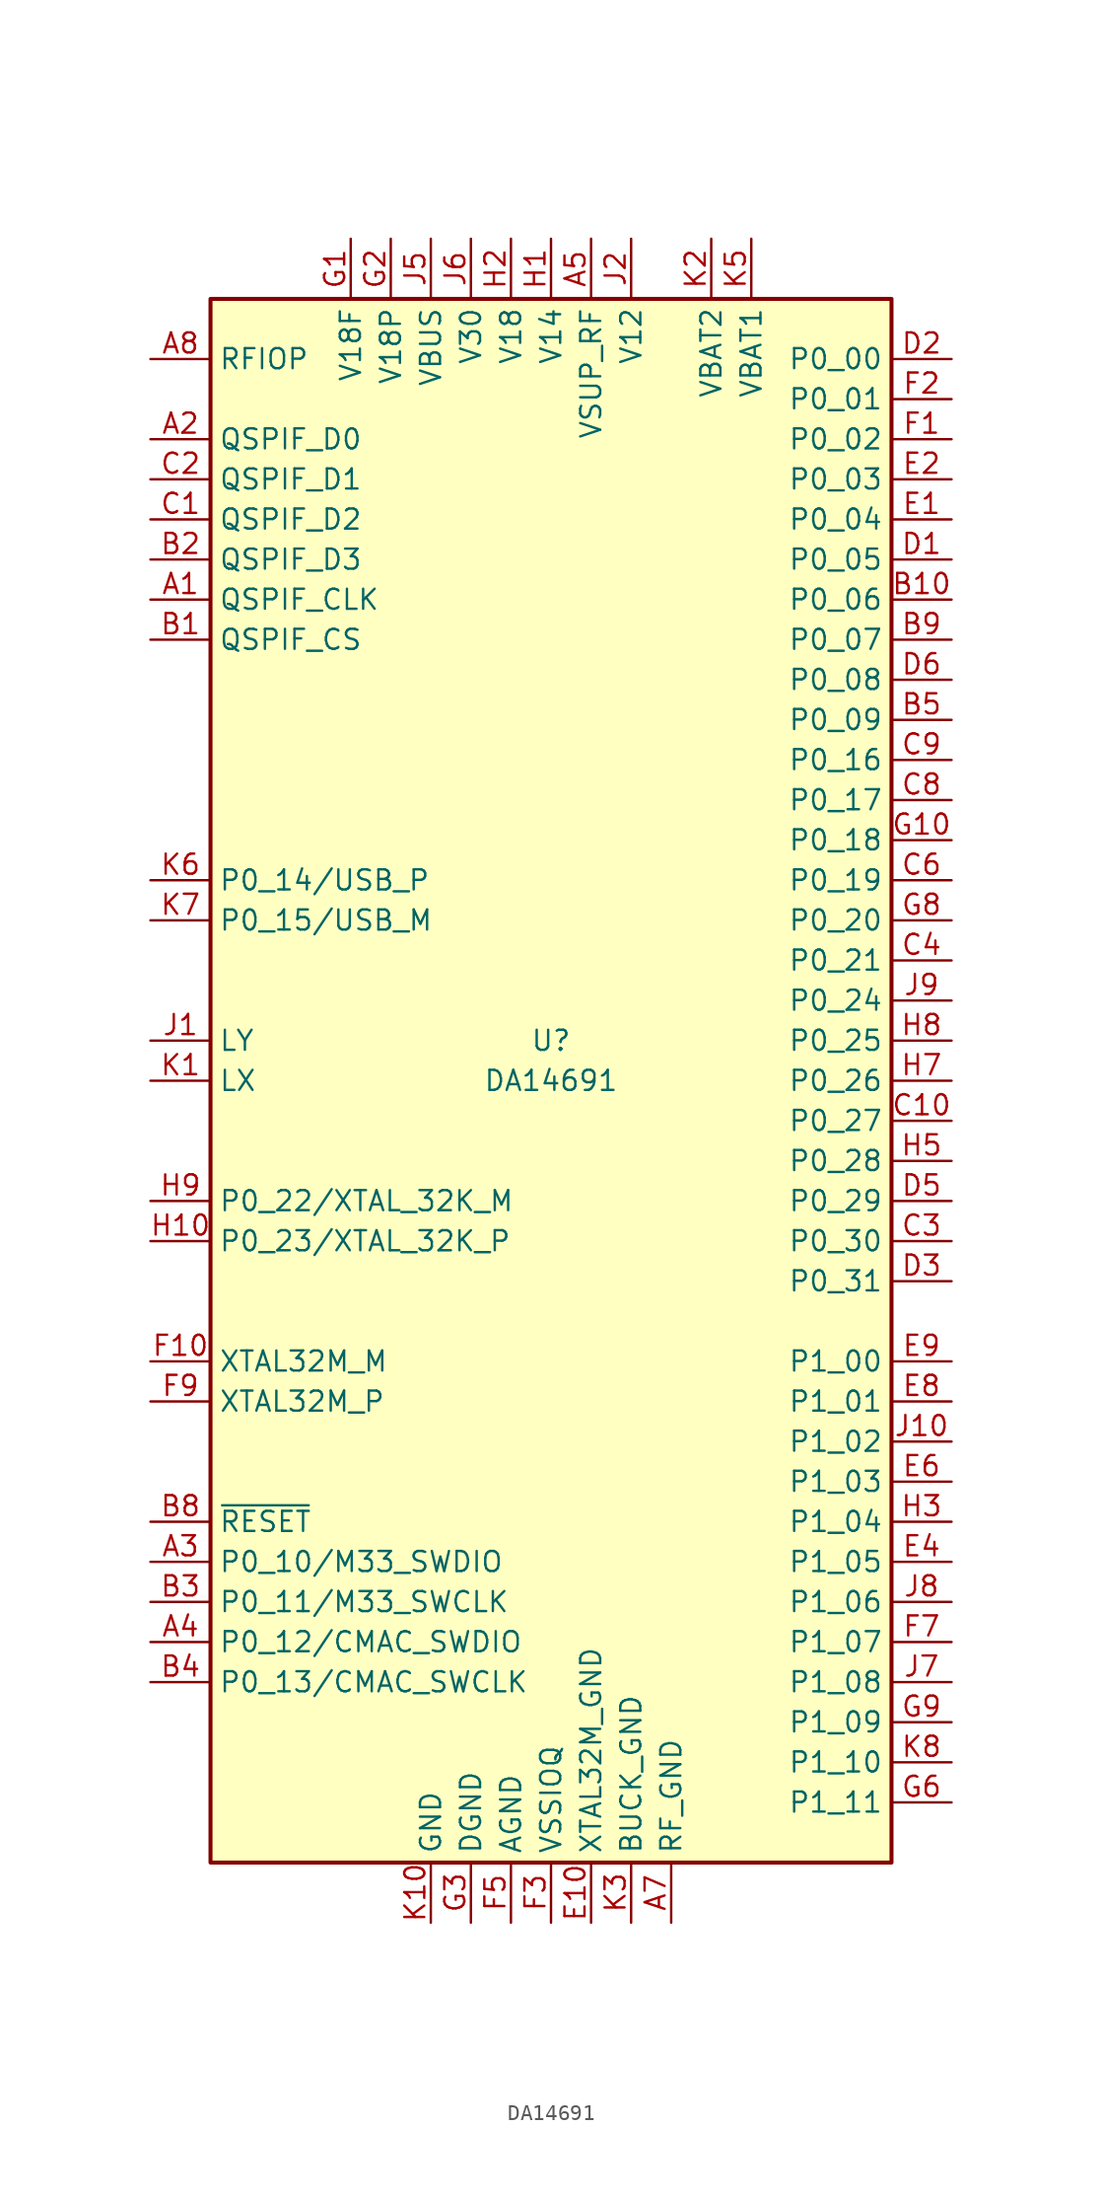
<source format=kicad_sym>
(kicad_symbol_lib
  (version 20201005)
  (generator kicad_symbol_editor)
  (symbol "MCU_Dialog:DA14691"
    (property "Reference" "U"
      (at 0 2.54 0)
      (effects (font (size 1.27 1.27))))
    (property "Value" "DA14691"
      (at 0 0 0)
      (effects (font (size 1.27 1.27))))
    (symbol "DA14691_1_1"
      (rectangle (start -21.59 49.53) (end 21.59 -49.53) (stroke (width 0.254)) (fill (type background)))
      (pin output line (at -25.4 30.48 0) (length 3.81) (name "QSPIF_CLK" (effects (font (size 1.27 1.27)))) (number "A1" (effects (font (size 1.27 1.27)))))
      (pin passive line (at 7.62 -53.34 90) (length 3.81) hide (name "RF_GND" (effects (font (size 1.27 1.27)))) (number "A10" (effects (font (size 1.27 1.27)))))
      (pin bidirectional line (at -25.4 40.64 0) (length 3.81) (name "QSPIF_D0" (effects (font (size 1.27 1.27)))) (number "A2" (effects (font (size 1.27 1.27)))))
      (pin bidirectional line (at -25.4 -30.48 0) (length 3.81) (name "P0_10/M33_SWDIO" (effects (font (size 1.27 1.27)))) (number "A3" (effects (font (size 1.27 1.27)))))
      (pin bidirectional line (at -25.4 -35.56 0) (length 3.81) (name "P0_12/CMAC_SWDIO" (effects (font (size 1.27 1.27)))) (number "A4" (effects (font (size 1.27 1.27)))))
      (pin power_in line (at 2.54 53.34 270) (length 3.81) (name "VSUP_RF" (effects (font (size 1.27 1.27)))) (number "A5" (effects (font (size 1.27 1.27)))))
      (pin passive line (at 7.62 -53.34 90) (length 3.81) hide (name "RF_GND" (effects (font (size 1.27 1.27)))) (number "A6" (effects (font (size 1.27 1.27)))))
      (pin power_in line (at 7.62 -53.34 90) (length 3.81) (name "RF_GND" (effects (font (size 1.27 1.27)))) (number "A7" (effects (font (size 1.27 1.27)))))
      (pin bidirectional line (at -25.4 45.72 0) (length 3.81) (name "RFIOP" (effects (font (size 1.27 1.27)))) (number "A8" (effects (font (size 1.27 1.27)))))
      (pin passive line (at 7.62 -53.34 90) (length 3.81) hide (name "RF_GND" (effects (font (size 1.27 1.27)))) (number "A9" (effects (font (size 1.27 1.27)))))
      (pin output line (at -25.4 27.94 0) (length 3.81) (name "QSPIF_CS" (effects (font (size 1.27 1.27)))) (number "B1" (effects (font (size 1.27 1.27)))))
      (pin bidirectional line (at 25.4 30.48 180) (length 3.81) (name "P0_06" (effects (font (size 1.27 1.27)))) (number "B10" (effects (font (size 1.27 1.27)))))
      (pin bidirectional line (at -25.4 33.02 0) (length 3.81) (name "QSPIF_D3" (effects (font (size 1.27 1.27)))) (number "B2" (effects (font (size 1.27 1.27)))))
      (pin bidirectional line (at -25.4 -33.02 0) (length 3.81) (name "P0_11/M33_SWCLK" (effects (font (size 1.27 1.27)))) (number "B3" (effects (font (size 1.27 1.27)))))
      (pin bidirectional line (at -25.4 -38.1 0) (length 3.81) (name "P0_13/CMAC_SWCLK" (effects (font (size 1.27 1.27)))) (number "B4" (effects (font (size 1.27 1.27)))))
      (pin bidirectional line (at 25.4 22.86 180) (length 3.81) (name "P0_09" (effects (font (size 1.27 1.27)))) (number "B5" (effects (font (size 1.27 1.27)))))
      (pin passive line (at 7.62 -53.34 90) (length 3.81) hide (name "RF_GND" (effects (font (size 1.27 1.27)))) (number "B7" (effects (font (size 1.27 1.27)))))
      (pin input line (at -25.4 -27.94 0) (length 3.81) (name "~RESET" (effects (font (size 1.27 1.27)))) (number "B8" (effects (font (size 1.27 1.27)))))
      (pin bidirectional line (at 25.4 27.94 180) (length 3.81) (name "P0_07" (effects (font (size 1.27 1.27)))) (number "B9" (effects (font (size 1.27 1.27)))))
      (pin bidirectional line (at -25.4 35.56 0) (length 3.81) (name "QSPIF_D2" (effects (font (size 1.27 1.27)))) (number "C1" (effects (font (size 1.27 1.27)))))
      (pin bidirectional line (at 25.4 -2.54 180) (length 3.81) (name "P0_27" (effects (font (size 1.27 1.27)))) (number "C10" (effects (font (size 1.27 1.27)))))
      (pin bidirectional line (at -25.4 38.1 0) (length 3.81) (name "QSPIF_D1" (effects (font (size 1.27 1.27)))) (number "C2" (effects (font (size 1.27 1.27)))))
      (pin bidirectional line (at 25.4 -10.16 180) (length 3.81) (name "P0_30" (effects (font (size 1.27 1.27)))) (number "C3" (effects (font (size 1.27 1.27)))))
      (pin bidirectional line (at 25.4 7.62 180) (length 3.81) (name "P0_21" (effects (font (size 1.27 1.27)))) (number "C4" (effects (font (size 1.27 1.27)))))
      (pin bidirectional line (at 25.4 12.7 180) (length 3.81) (name "P0_19" (effects (font (size 1.27 1.27)))) (number "C6" (effects (font (size 1.27 1.27)))))
      (pin bidirectional line (at 25.4 17.78 180) (length 3.81) (name "P0_17" (effects (font (size 1.27 1.27)))) (number "C8" (effects (font (size 1.27 1.27)))))
      (pin bidirectional line (at 25.4 20.32 180) (length 3.81) (name "P0_16" (effects (font (size 1.27 1.27)))) (number "C9" (effects (font (size 1.27 1.27)))))
      (pin bidirectional line (at 25.4 33.02 180) (length 3.81) (name "P0_05" (effects (font (size 1.27 1.27)))) (number "D1" (effects (font (size 1.27 1.27)))))
      (pin passive line (at 7.62 -53.34 90) (length 3.81) hide (name "RF_GND" (effects (font (size 1.27 1.27)))) (number "D10" (effects (font (size 1.27 1.27)))))
      (pin bidirectional line (at 25.4 45.72 180) (length 3.81) (name "P0_00" (effects (font (size 1.27 1.27)))) (number "D2" (effects (font (size 1.27 1.27)))))
      (pin bidirectional line (at 25.4 -12.7 180) (length 3.81) (name "P0_31" (effects (font (size 1.27 1.27)))) (number "D3" (effects (font (size 1.27 1.27)))))
      (pin bidirectional line (at 25.4 -7.62 180) (length 3.81) (name "P0_29" (effects (font (size 1.27 1.27)))) (number "D5" (effects (font (size 1.27 1.27)))))
      (pin bidirectional line (at 25.4 25.4 180) (length 3.81) (name "P0_08" (effects (font (size 1.27 1.27)))) (number "D6" (effects (font (size 1.27 1.27)))))
      (pin passive line (at 7.62 -53.34 90) (length 3.81) hide (name "RF_GND" (effects (font (size 1.27 1.27)))) (number "D9" (effects (font (size 1.27 1.27)))))
      (pin bidirectional line (at 25.4 35.56 180) (length 3.81) (name "P0_04" (effects (font (size 1.27 1.27)))) (number "E1" (effects (font (size 1.27 1.27)))))
      (pin passive line (at 2.54 -53.34 90) (length 3.81) (name "XTAL32M_GND" (effects (font (size 1.27 1.27)))) (number "E10" (effects (font (size 1.27 1.27)))))
      (pin bidirectional line (at 25.4 38.1 180) (length 3.81) (name "P0_03" (effects (font (size 1.27 1.27)))) (number "E2" (effects (font (size 1.27 1.27)))))
      (pin bidirectional line (at 25.4 -30.48 180) (length 3.81) (name "P1_05" (effects (font (size 1.27 1.27)))) (number "E4" (effects (font (size 1.27 1.27)))))
      (pin bidirectional line (at 25.4 -25.4 180) (length 3.81) (name "P1_03" (effects (font (size 1.27 1.27)))) (number "E6" (effects (font (size 1.27 1.27)))))
      (pin bidirectional line (at 25.4 -20.32 180) (length 3.81) (name "P1_01" (effects (font (size 1.27 1.27)))) (number "E8" (effects (font (size 1.27 1.27)))))
      (pin bidirectional line (at 25.4 -17.78 180) (length 3.81) (name "P1_00" (effects (font (size 1.27 1.27)))) (number "E9" (effects (font (size 1.27 1.27)))))
      (pin bidirectional line (at 25.4 40.64 180) (length 3.81) (name "P0_02" (effects (font (size 1.27 1.27)))) (number "F1" (effects (font (size 1.27 1.27)))))
      (pin output line (at -25.4 -17.78 0) (length 3.81) (name "XTAL32M_M" (effects (font (size 1.27 1.27)))) (number "F10" (effects (font (size 1.27 1.27)))))
      (pin bidirectional line (at 25.4 43.18 180) (length 3.81) (name "P0_01" (effects (font (size 1.27 1.27)))) (number "F2" (effects (font (size 1.27 1.27)))))
      (pin power_in line (at 0 -53.34 90) (length 3.81) (name "VSSIOQ" (effects (font (size 1.27 1.27)))) (number "F3" (effects (font (size 1.27 1.27)))))
      (pin passive line (at -5.08 -53.34 90) (length 3.81) hide (name "DGND" (effects (font (size 1.27 1.27)))) (number "F4" (effects (font (size 1.27 1.27)))))
      (pin power_in line (at -2.54 -53.34 90) (length 3.81) (name "AGND" (effects (font (size 1.27 1.27)))) (number "F5" (effects (font (size 1.27 1.27)))))
      (pin bidirectional line (at 25.4 -35.56 180) (length 3.81) (name "P1_07" (effects (font (size 1.27 1.27)))) (number "F7" (effects (font (size 1.27 1.27)))))
      (pin input line (at -25.4 -20.32 0) (length 3.81) (name "XTAL32M_P" (effects (font (size 1.27 1.27)))) (number "F9" (effects (font (size 1.27 1.27)))))
      (pin power_out line (at -12.7 53.34 270) (length 3.81) (name "V18F" (effects (font (size 1.27 1.27)))) (number "G1" (effects (font (size 1.27 1.27)))))
      (pin bidirectional line (at 25.4 15.24 180) (length 3.81) (name "P0_18" (effects (font (size 1.27 1.27)))) (number "G10" (effects (font (size 1.27 1.27)))))
      (pin power_out line (at -10.16 53.34 270) (length 3.81) (name "V18P" (effects (font (size 1.27 1.27)))) (number "G2" (effects (font (size 1.27 1.27)))))
      (pin power_in line (at -5.08 -53.34 90) (length 3.81) (name "DGND" (effects (font (size 1.27 1.27)))) (number "G3" (effects (font (size 1.27 1.27)))))
      (pin passive line (at -5.08 -53.34 90) (length 3.81) hide (name "DGND" (effects (font (size 1.27 1.27)))) (number "G4" (effects (font (size 1.27 1.27)))))
      (pin passive line (at -2.54 -53.34 90) (length 3.81) hide (name "AGND" (effects (font (size 1.27 1.27)))) (number "G5" (effects (font (size 1.27 1.27)))))
      (pin bidirectional line (at 25.4 -45.72 180) (length 3.81) (name "P1_11" (effects (font (size 1.27 1.27)))) (number "G6" (effects (font (size 1.27 1.27)))))
      (pin bidirectional line (at 25.4 10.16 180) (length 3.81) (name "P0_20" (effects (font (size 1.27 1.27)))) (number "G8" (effects (font (size 1.27 1.27)))))
      (pin bidirectional line (at 25.4 -40.64 180) (length 3.81) (name "P1_09" (effects (font (size 1.27 1.27)))) (number "G9" (effects (font (size 1.27 1.27)))))
      (pin power_out line (at 0 53.34 270) (length 3.81) (name "V14" (effects (font (size 1.27 1.27)))) (number "H1" (effects (font (size 1.27 1.27)))))
      (pin bidirectional line (at -25.4 -10.16 0) (length 3.81) (name "P0_23/XTAL_32K_P" (effects (font (size 1.27 1.27)))) (number "H10" (effects (font (size 1.27 1.27)))))
      (pin power_out line (at -2.54 53.34 270) (length 3.81) (name "V18" (effects (font (size 1.27 1.27)))) (number "H2" (effects (font (size 1.27 1.27)))))
      (pin bidirectional line (at 25.4 -27.94 180) (length 3.81) (name "P1_04" (effects (font (size 1.27 1.27)))) (number "H3" (effects (font (size 1.27 1.27)))))
      (pin bidirectional line (at 25.4 -5.08 180) (length 3.81) (name "P0_28" (effects (font (size 1.27 1.27)))) (number "H5" (effects (font (size 1.27 1.27)))))
      (pin bidirectional line (at 25.4 0 180) (length 3.81) (name "P0_26" (effects (font (size 1.27 1.27)))) (number "H7" (effects (font (size 1.27 1.27)))))
      (pin bidirectional line (at 25.4 2.54 180) (length 3.81) (name "P0_25" (effects (font (size 1.27 1.27)))) (number "H8" (effects (font (size 1.27 1.27)))))
      (pin bidirectional line (at -25.4 -7.62 0) (length 3.81) (name "P0_22/XTAL_32K_M" (effects (font (size 1.27 1.27)))) (number "H9" (effects (font (size 1.27 1.27)))))
      (pin passive line (at -25.4 2.54 0) (length 3.81) (name "LY" (effects (font (size 1.27 1.27)))) (number "J1" (effects (font (size 1.27 1.27)))))
      (pin bidirectional line (at 25.4 -22.86 180) (length 3.81) (name "P1_02" (effects (font (size 1.27 1.27)))) (number "J10" (effects (font (size 1.27 1.27)))))
      (pin power_out line (at 5.08 53.34 270) (length 3.81) (name "V12" (effects (font (size 1.27 1.27)))) (number "J2" (effects (font (size 1.27 1.27)))))
      (pin passive line (at -7.62 -53.34 90) (length 3.81) hide (name "GND" (effects (font (size 1.27 1.27)))) (number "J3" (effects (font (size 1.27 1.27)))))
      (pin no_connect line (at -20.32 -45.72 0) (length 3.81) hide (name "NC" (effects (font (size 1.27 1.27)))) (number "J4" (effects (font (size 1.27 1.27)))))
      (pin power_in line (at -7.62 53.34 270) (length 3.81) (name "VBUS" (effects (font (size 1.27 1.27)))) (number "J5" (effects (font (size 1.27 1.27)))))
      (pin power_out line (at -5.08 53.34 270) (length 3.81) (name "V30" (effects (font (size 1.27 1.27)))) (number "J6" (effects (font (size 1.27 1.27)))))
      (pin bidirectional line (at 25.4 -38.1 180) (length 3.81) (name "P1_08" (effects (font (size 1.27 1.27)))) (number "J7" (effects (font (size 1.27 1.27)))))
      (pin bidirectional line (at 25.4 -33.02 180) (length 3.81) (name "P1_06" (effects (font (size 1.27 1.27)))) (number "J8" (effects (font (size 1.27 1.27)))))
      (pin bidirectional line (at 25.4 5.08 180) (length 3.81) (name "P0_24" (effects (font (size 1.27 1.27)))) (number "J9" (effects (font (size 1.27 1.27)))))
      (pin passive line (at -25.4 0 0) (length 3.81) (name "LX" (effects (font (size 1.27 1.27)))) (number "K1" (effects (font (size 1.27 1.27)))))
      (pin power_in line (at -7.62 -53.34 90) (length 3.81) (name "GND" (effects (font (size 1.27 1.27)))) (number "K10" (effects (font (size 1.27 1.27)))))
      (pin power_out line (at 10.16 53.34 270) (length 3.81) (name "VBAT2" (effects (font (size 1.27 1.27)))) (number "K2" (effects (font (size 1.27 1.27)))))
      (pin power_in line (at 5.08 -53.34 90) (length 3.81) (name "BUCK_GND" (effects (font (size 1.27 1.27)))) (number "K3" (effects (font (size 1.27 1.27)))))
      (pin no_connect line (at -20.32 -48.26 0) (length 3.81) hide (name "NC" (effects (font (size 1.27 1.27)))) (number "K4" (effects (font (size 1.27 1.27)))))
      (pin power_out line (at 12.7 53.34 270) (length 3.81) (name "VBAT1" (effects (font (size 1.27 1.27)))) (number "K5" (effects (font (size 1.27 1.27)))))
      (pin bidirectional line (at -25.4 12.7 0) (length 3.81) (name "P0_14/USB_P" (effects (font (size 1.27 1.27)))) (number "K6" (effects (font (size 1.27 1.27)))))
      (pin bidirectional line (at -25.4 10.16 0) (length 3.81) (name "P0_15/USB_M" (effects (font (size 1.27 1.27)))) (number "K7" (effects (font (size 1.27 1.27)))))
      (pin bidirectional line (at 25.4 -43.18 180) (length 3.81) (name "P1_10" (effects (font (size 1.27 1.27)))) (number "K8" (effects (font (size 1.27 1.27)))))
      (pin passive line (at -7.62 -53.34 90) (length 3.81) hide (name "GND" (effects (font (size 1.27 1.27)))) (number "K9" (effects (font (size 1.27 1.27))))))))
</source>
